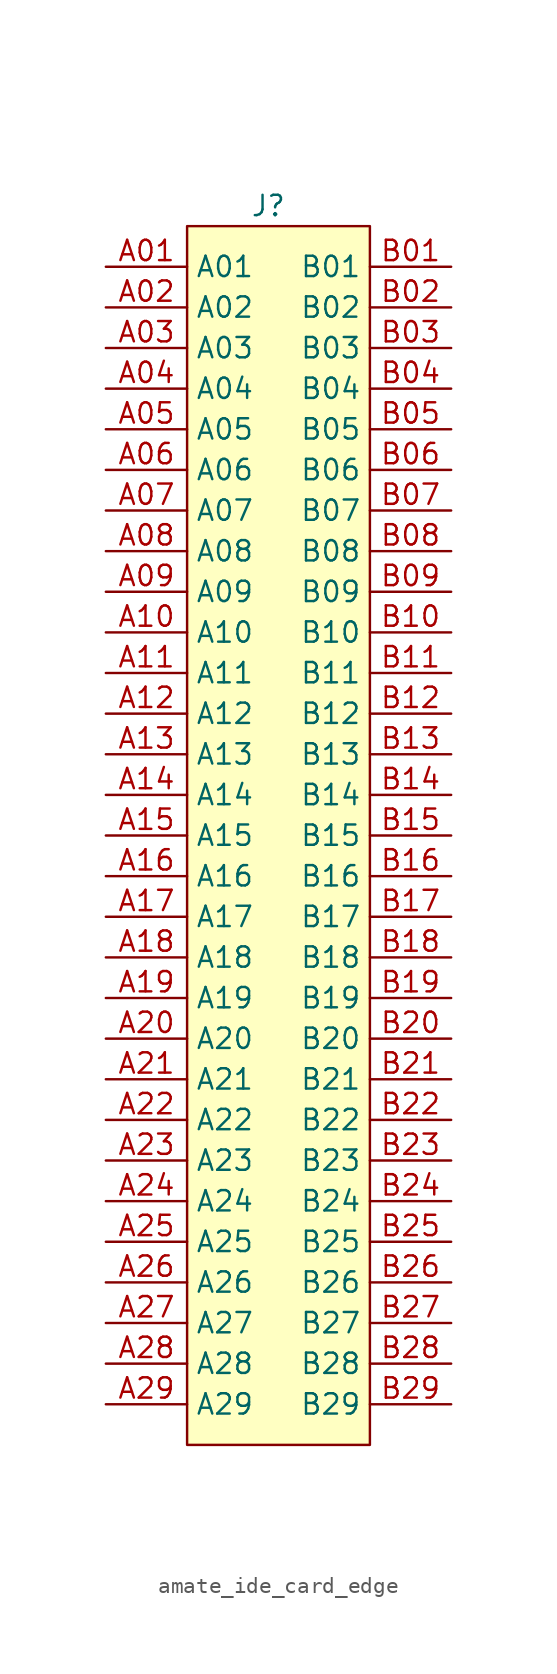
<source format=kicad_sym>
(kicad_symbol_lib
  (version 20220914)
  (generator kicad_symbol_editor)
  (symbol "amate_ide_card_edge"
    (property "Reference" "J"
      (at 0 39.37 0)
      (effects (font (size 1.27 1.27))))
    (property "Value" ""
      (at -5.08 39.37 0)
      (effects (font (size 1.27 1.27))))
    (symbol "amate_ide_card_edge_1_1"
      (rectangle (start -5.08 38.1) (end 6.35 -38.1) (stroke (width 0) (type default)) (fill (type background)))
      (pin passive line (at -10.16 35.56 0) (length 5.08) (name "A01" (effects (font (size 1.27 1.27)))) (number "A01" (effects (font (size 1.27 1.27)))))
      (pin passive line (at -10.16 33.02 0) (length 5.08) (name "A02" (effects (font (size 1.27 1.27)))) (number "A02" (effects (font (size 1.27 1.27)))))
      (pin passive line (at -10.16 30.48 0) (length 5.08) (name "A03" (effects (font (size 1.27 1.27)))) (number "A03" (effects (font (size 1.27 1.27)))))
      (pin passive line (at -10.16 27.94 0) (length 5.08) (name "A04" (effects (font (size 1.27 1.27)))) (number "A04" (effects (font (size 1.27 1.27)))))
      (pin passive line (at -10.16 25.4 0) (length 5.08) (name "A05" (effects (font (size 1.27 1.27)))) (number "A05" (effects (font (size 1.27 1.27)))))
      (pin passive line (at -10.16 22.86 0) (length 5.08) (name "A06" (effects (font (size 1.27 1.27)))) (number "A06" (effects (font (size 1.27 1.27)))))
      (pin passive line (at -10.16 20.32 0) (length 5.08) (name "A07" (effects (font (size 1.27 1.27)))) (number "A07" (effects (font (size 1.27 1.27)))))
      (pin passive line (at -10.16 17.78 0) (length 5.08) (name "A08" (effects (font (size 1.27 1.27)))) (number "A08" (effects (font (size 1.27 1.27)))))
      (pin passive line (at -10.16 15.24 0) (length 5.08) (name "A09" (effects (font (size 1.27 1.27)))) (number "A09" (effects (font (size 1.27 1.27)))))
      (pin passive line (at -10.16 12.7 0) (length 5.08) (name "A10" (effects (font (size 1.27 1.27)))) (number "A10" (effects (font (size 1.27 1.27)))))
      (pin passive line (at -10.16 10.16 0) (length 5.08) (name "A11" (effects (font (size 1.27 1.27)))) (number "A11" (effects (font (size 1.27 1.27)))))
      (pin passive line (at -10.16 7.62 0) (length 5.08) (name "A12" (effects (font (size 1.27 1.27)))) (number "A12" (effects (font (size 1.27 1.27)))))
      (pin passive line (at -10.16 5.08 0) (length 5.08) (name "A13" (effects (font (size 1.27 1.27)))) (number "A13" (effects (font (size 1.27 1.27)))))
      (pin passive line (at -10.16 2.54 0) (length 5.08) (name "A14" (effects (font (size 1.27 1.27)))) (number "A14" (effects (font (size 1.27 1.27)))))
      (pin passive line (at -10.16 0 0) (length 5.08) (name "A15" (effects (font (size 1.27 1.27)))) (number "A15" (effects (font (size 1.27 1.27)))))
      (pin passive line (at -10.16 -2.54 0) (length 5.08) (name "A16" (effects (font (size 1.27 1.27)))) (number "A16" (effects (font (size 1.27 1.27)))))
      (pin passive line (at -10.16 -5.08 0) (length 5.08) (name "A17" (effects (font (size 1.27 1.27)))) (number "A17" (effects (font (size 1.27 1.27)))))
      (pin passive line (at -10.16 -7.62 0) (length 5.08) (name "A18" (effects (font (size 1.27 1.27)))) (number "A18" (effects (font (size 1.27 1.27)))))
      (pin passive line (at -10.16 -10.16 0) (length 5.08) (name "A19" (effects (font (size 1.27 1.27)))) (number "A19" (effects (font (size 1.27 1.27)))))
      (pin passive line (at -10.16 -12.7 0) (length 5.08) (name "A20" (effects (font (size 1.27 1.27)))) (number "A20" (effects (font (size 1.27 1.27)))))
      (pin passive line (at -10.16 -15.24 0) (length 5.08) (name "A21" (effects (font (size 1.27 1.27)))) (number "A21" (effects (font (size 1.27 1.27)))))
      (pin passive line (at -10.16 -17.78 0) (length 5.08) (name "A22" (effects (font (size 1.27 1.27)))) (number "A22" (effects (font (size 1.27 1.27)))))
      (pin passive line (at -10.16 -20.32 0) (length 5.08) (name "A23" (effects (font (size 1.27 1.27)))) (number "A23" (effects (font (size 1.27 1.27)))))
      (pin passive line (at -10.16 -22.86 0) (length 5.08) (name "A24" (effects (font (size 1.27 1.27)))) (number "A24" (effects (font (size 1.27 1.27)))))
      (pin passive line (at -10.16 -25.4 0) (length 5.08) (name "A25" (effects (font (size 1.27 1.27)))) (number "A25" (effects (font (size 1.27 1.27)))))
      (pin passive line (at -10.16 -27.94 0) (length 5.08) (name "A26" (effects (font (size 1.27 1.27)))) (number "A26" (effects (font (size 1.27 1.27)))))
      (pin passive line (at -10.16 -30.48 0) (length 5.08) (name "A27" (effects (font (size 1.27 1.27)))) (number "A27" (effects (font (size 1.27 1.27)))))
      (pin passive line (at -10.16 -33.02 0) (length 5.08) (name "A28" (effects (font (size 1.27 1.27)))) (number "A28" (effects (font (size 1.27 1.27)))))
      (pin passive line (at -10.16 -35.56 0) (length 5.08) (name "A29" (effects (font (size 1.27 1.27)))) (number "A29" (effects (font (size 1.27 1.27)))))
      (pin passive line (at 11.43 35.56 180) (length 5.08) (name "B01" (effects (font (size 1.27 1.27)))) (number "B01" (effects (font (size 1.27 1.27)))))
      (pin passive line (at 11.43 33.02 180) (length 5.08) (name "B02" (effects (font (size 1.27 1.27)))) (number "B02" (effects (font (size 1.27 1.27)))))
      (pin passive line (at 11.43 30.48 180) (length 5.08) (name "B03" (effects (font (size 1.27 1.27)))) (number "B03" (effects (font (size 1.27 1.27)))))
      (pin passive line (at 11.43 27.94 180) (length 5.08) (name "B04" (effects (font (size 1.27 1.27)))) (number "B04" (effects (font (size 1.27 1.27)))))
      (pin passive line (at 11.43 25.4 180) (length 5.08) (name "B05" (effects (font (size 1.27 1.27)))) (number "B05" (effects (font (size 1.27 1.27)))))
      (pin passive line (at 11.43 22.86 180) (length 5.08) (name "B06" (effects (font (size 1.27 1.27)))) (number "B06" (effects (font (size 1.27 1.27)))))
      (pin passive line (at 11.43 20.32 180) (length 5.08) (name "B07" (effects (font (size 1.27 1.27)))) (number "B07" (effects (font (size 1.27 1.27)))))
      (pin passive line (at 11.43 17.78 180) (length 5.08) (name "B08" (effects (font (size 1.27 1.27)))) (number "B08" (effects (font (size 1.27 1.27)))))
      (pin passive line (at 11.43 15.24 180) (length 5.08) (name "B09" (effects (font (size 1.27 1.27)))) (number "B09" (effects (font (size 1.27 1.27)))))
      (pin passive line (at 11.43 12.7 180) (length 5.08) (name "B10" (effects (font (size 1.27 1.27)))) (number "B10" (effects (font (size 1.27 1.27)))))
      (pin passive line (at 11.43 10.16 180) (length 5.08) (name "B11" (effects (font (size 1.27 1.27)))) (number "B11" (effects (font (size 1.27 1.27)))))
      (pin passive line (at 11.43 7.62 180) (length 5.08) (name "B12" (effects (font (size 1.27 1.27)))) (number "B12" (effects (font (size 1.27 1.27)))))
      (pin passive line (at 11.43 5.08 180) (length 5.08) (name "B13" (effects (font (size 1.27 1.27)))) (number "B13" (effects (font (size 1.27 1.27)))))
      (pin passive line (at 11.43 2.54 180) (length 5.08) (name "B14" (effects (font (size 1.27 1.27)))) (number "B14" (effects (font (size 1.27 1.27)))))
      (pin passive line (at 11.43 0 180) (length 5.08) (name "B15" (effects (font (size 1.27 1.27)))) (number "B15" (effects (font (size 1.27 1.27)))))
      (pin passive line (at 11.43 -2.54 180) (length 5.08) (name "B16" (effects (font (size 1.27 1.27)))) (number "B16" (effects (font (size 1.27 1.27)))))
      (pin passive line (at 11.43 -5.08 180) (length 5.08) (name "B17" (effects (font (size 1.27 1.27)))) (number "B17" (effects (font (size 1.27 1.27)))))
      (pin passive line (at 11.43 -7.62 180) (length 5.08) (name "B18" (effects (font (size 1.27 1.27)))) (number "B18" (effects (font (size 1.27 1.27)))))
      (pin passive line (at 11.43 -10.16 180) (length 5.08) (name "B19" (effects (font (size 1.27 1.27)))) (number "B19" (effects (font (size 1.27 1.27)))))
      (pin passive line (at 11.43 -12.7 180) (length 5.08) (name "B20" (effects (font (size 1.27 1.27)))) (number "B20" (effects (font (size 1.27 1.27)))))
      (pin passive line (at 11.43 -15.24 180) (length 5.08) (name "B21" (effects (font (size 1.27 1.27)))) (number "B21" (effects (font (size 1.27 1.27)))))
      (pin passive line (at 11.43 -17.78 180) (length 5.08) (name "B22" (effects (font (size 1.27 1.27)))) (number "B22" (effects (font (size 1.27 1.27)))))
      (pin passive line (at 11.43 -20.32 180) (length 5.08) (name "B23" (effects (font (size 1.27 1.27)))) (number "B23" (effects (font (size 1.27 1.27)))))
      (pin passive line (at 11.43 -22.86 180) (length 5.08) (name "B24" (effects (font (size 1.27 1.27)))) (number "B24" (effects (font (size 1.27 1.27)))))
      (pin passive line (at 11.43 -25.4 180) (length 5.08) (name "B25" (effects (font (size 1.27 1.27)))) (number "B25" (effects (font (size 1.27 1.27)))))
      (pin passive line (at 11.43 -27.94 180) (length 5.08) (name "B26" (effects (font (size 1.27 1.27)))) (number "B26" (effects (font (size 1.27 1.27)))))
      (pin passive line (at 11.43 -30.48 180) (length 5.08) (name "B27" (effects (font (size 1.27 1.27)))) (number "B27" (effects (font (size 1.27 1.27)))))
      (pin passive line (at 11.43 -33.02 180) (length 5.08) (name "B28" (effects (font (size 1.27 1.27)))) (number "B28" (effects (font (size 1.27 1.27)))))
      (pin passive line (at 11.43 -35.56 180) (length 5.08) (name "B29" (effects (font (size 1.27 1.27)))) (number "B29" (effects (font (size 1.27 1.27))))))))
</source>
